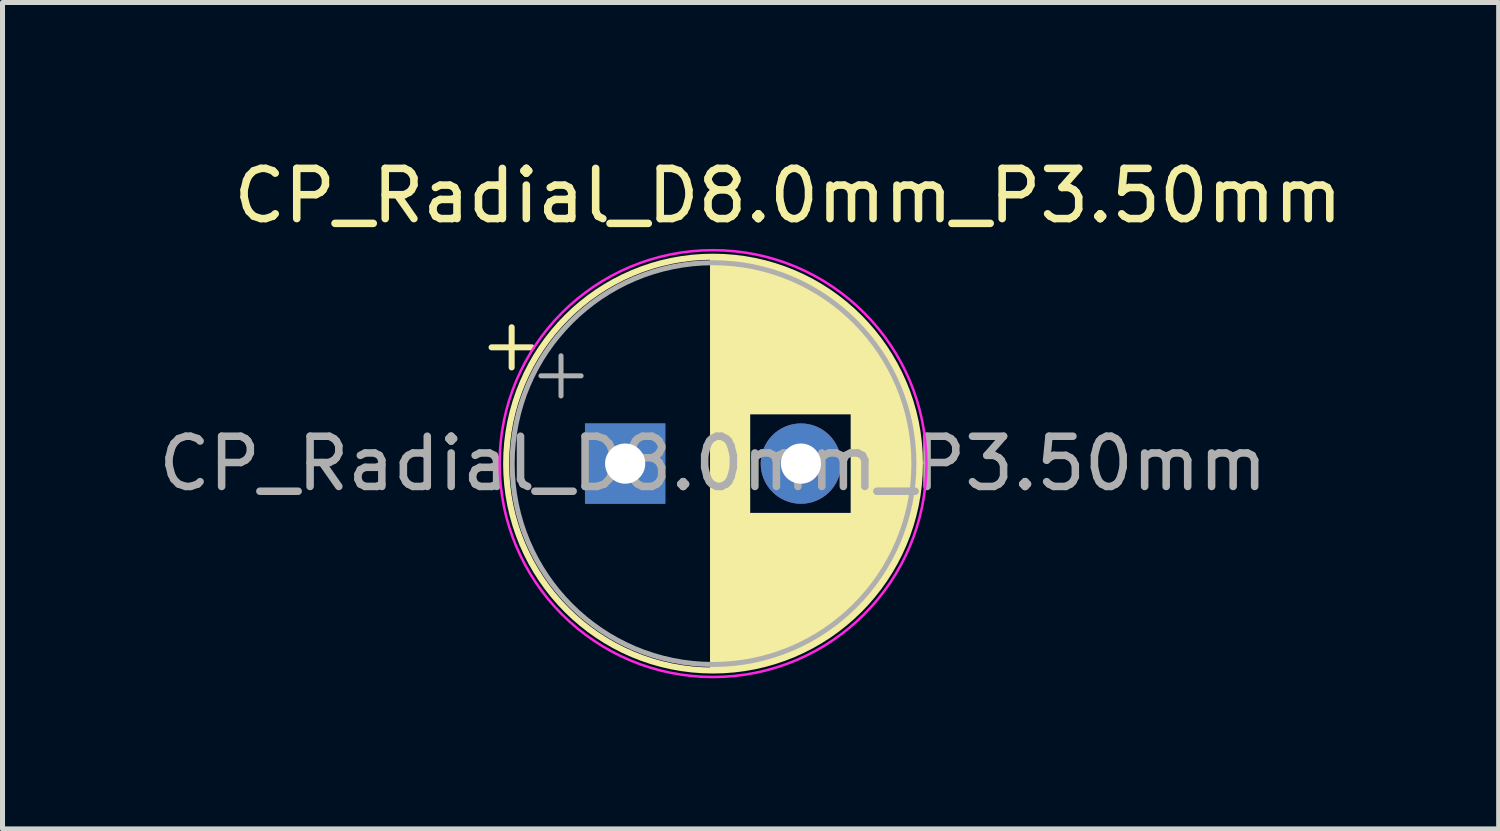
<source format=kicad_pcb>
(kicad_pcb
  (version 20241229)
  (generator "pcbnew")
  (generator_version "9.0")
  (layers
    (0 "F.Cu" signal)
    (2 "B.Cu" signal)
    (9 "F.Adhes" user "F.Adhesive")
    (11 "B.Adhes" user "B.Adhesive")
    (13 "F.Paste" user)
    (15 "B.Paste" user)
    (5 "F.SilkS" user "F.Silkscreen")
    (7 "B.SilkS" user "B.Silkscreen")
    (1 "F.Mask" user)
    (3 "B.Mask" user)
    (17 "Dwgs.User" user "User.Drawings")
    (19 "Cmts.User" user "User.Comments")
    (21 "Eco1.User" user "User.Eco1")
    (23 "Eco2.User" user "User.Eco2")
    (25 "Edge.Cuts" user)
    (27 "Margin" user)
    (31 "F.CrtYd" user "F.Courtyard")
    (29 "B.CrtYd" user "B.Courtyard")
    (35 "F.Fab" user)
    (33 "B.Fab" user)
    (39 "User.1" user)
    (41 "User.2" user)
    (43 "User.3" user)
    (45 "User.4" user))
  (footprint "CP_Radial_D8.0mm_P3.50mm"
    (layer "F.Cu")
    (at 9.399 6.182)
    (property "Reference" "CP_Radial_D8.0mm_P3.50mm" (at 3.246 -5.334 180) (layer "F.SilkS") (effects (font (size 1 1) (thickness 0.15))))
    (attr through_hole)
    (fp_line (start -2.66 -2.315) (end -1.86 -2.315) (stroke (width 0.12) (type solid)) (layer "F.SilkS"))
    (fp_line (start -2.26 -2.715) (end -2.26 -1.915) (stroke (width 0.12) (type solid)) (layer "F.SilkS"))
    (fp_line (start 1.75 -4.08) (end 1.75 4.08) (stroke (width 0.12) (type solid)) (layer "F.SilkS"))
    (fp_line (start 1.79 -4.08) (end 1.79 4.08) (stroke (width 0.12) (type solid)) (layer "F.SilkS"))
    (fp_line (start 1.83 -4.08) (end 1.83 4.08) (stroke (width 0.12) (type solid)) (layer "F.SilkS"))
    (fp_line (start 1.87 -4.079) (end 1.87 4.079) (stroke (width 0.12) (type solid)) (layer "F.SilkS"))
    (fp_line (start 1.91 -4.077) (end 1.91 4.077) (stroke (width 0.12) (type solid)) (layer "F.SilkS"))
    (fp_line (start 1.95 -4.076) (end 1.95 4.076) (stroke (width 0.12) (type solid)) (layer "F.SilkS"))
    (fp_line (start 1.99 -4.074) (end 1.99 4.074) (stroke (width 0.12) (type solid)) (layer "F.SilkS"))
    (fp_line (start 2.03 -4.071) (end 2.03 4.071) (stroke (width 0.12) (type solid)) (layer "F.SilkS"))
    (fp_line (start 2.07 -4.068) (end 2.07 4.068) (stroke (width 0.12) (type solid)) (layer "F.SilkS"))
    (fp_line (start 2.11 -4.065) (end 2.11 4.065) (stroke (width 0.12) (type solid)) (layer "F.SilkS"))
    (fp_line (start 2.15 -4.061) (end 2.15 4.061) (stroke (width 0.12) (type solid)) (layer "F.SilkS"))
    (fp_line (start 2.19 -4.057) (end 2.19 4.057) (stroke (width 0.12) (type solid)) (layer "F.SilkS"))
    (fp_line (start 2.23 -4.052) (end 2.23 4.052) (stroke (width 0.12) (type solid)) (layer "F.SilkS"))
    (fp_line (start 2.27 -4.048) (end 2.27 4.048) (stroke (width 0.12) (type solid)) (layer "F.SilkS"))
    (fp_line (start 2.31 -4.042) (end 2.31 4.042) (stroke (width 0.12) (type solid)) (layer "F.SilkS"))
    (fp_line (start 2.35 -4.037) (end 2.35 4.037) (stroke (width 0.12) (type solid)) (layer "F.SilkS"))
    (fp_line (start 2.39 -4.03) (end 2.39 4.03) (stroke (width 0.12) (type solid)) (layer "F.SilkS"))
    (fp_line (start 2.43 -4.024) (end 2.43 4.024) (stroke (width 0.12) (type solid)) (layer "F.SilkS"))
    (fp_line (start 2.471 -4.017) (end 2.471 -1.04) (stroke (width 0.12) (type solid)) (layer "F.SilkS"))
    (fp_line (start 2.471 1.04) (end 2.471 4.017) (stroke (width 0.12) (type solid)) (layer "F.SilkS"))
    (fp_line (start 2.511 -4.01) (end 2.511 -1.04) (stroke (width 0.12) (type solid)) (layer "F.SilkS"))
    (fp_line (start 2.511 1.04) (end 2.511 4.01) (stroke (width 0.12) (type solid)) (layer "F.SilkS"))
    (fp_line (start 2.551 -4.002) (end 2.551 -1.04) (stroke (width 0.12) (type solid)) (layer "F.SilkS"))
    (fp_line (start 2.551 1.04) (end 2.551 4.002) (stroke (width 0.12) (type solid)) (layer "F.SilkS"))
    (fp_line (start 2.591 -3.994) (end 2.591 -1.04) (stroke (width 0.12) (type solid)) (layer "F.SilkS"))
    (fp_line (start 2.591 1.04) (end 2.591 3.994) (stroke (width 0.12) (type solid)) (layer "F.SilkS"))
    (fp_line (start 2.631 -3.985) (end 2.631 -1.04) (stroke (width 0.12) (type solid)) (layer "F.SilkS"))
    (fp_line (start 2.631 1.04) (end 2.631 3.985) (stroke (width 0.12) (type solid)) (layer "F.SilkS"))
    (fp_line (start 2.671 -3.976) (end 2.671 -1.04) (stroke (width 0.12) (type solid)) (layer "F.SilkS"))
    (fp_line (start 2.671 1.04) (end 2.671 3.976) (stroke (width 0.12) (type solid)) (layer "F.SilkS"))
    (fp_line (start 2.711 -3.967) (end 2.711 -1.04) (stroke (width 0.12) (type solid)) (layer "F.SilkS"))
    (fp_line (start 2.711 1.04) (end 2.711 3.967) (stroke (width 0.12) (type solid)) (layer "F.SilkS"))
    (fp_line (start 2.751 -3.957) (end 2.751 -1.04) (stroke (width 0.12) (type solid)) (layer "F.SilkS"))
    (fp_line (start 2.751 1.04) (end 2.751 3.957) (stroke (width 0.12) (type solid)) (layer "F.SilkS"))
    (fp_line (start 2.791 -3.947) (end 2.791 -1.04) (stroke (width 0.12) (type solid)) (layer "F.SilkS"))
    (fp_line (start 2.791 1.04) (end 2.791 3.947) (stroke (width 0.12) (type solid)) (layer "F.SilkS"))
    (fp_line (start 2.831 -3.936) (end 2.831 -1.04) (stroke (width 0.12) (type solid)) (layer "F.SilkS"))
    (fp_line (start 2.831 1.04) (end 2.831 3.936) (stroke (width 0.12) (type solid)) (layer "F.SilkS"))
    (fp_line (start 2.871 -3.925) (end 2.871 -1.04) (stroke (width 0.12) (type solid)) (layer "F.SilkS"))
    (fp_line (start 2.871 1.04) (end 2.871 3.925) (stroke (width 0.12) (type solid)) (layer "F.SilkS"))
    (fp_line (start 2.911 -3.914) (end 2.911 -1.04) (stroke (width 0.12) (type solid)) (layer "F.SilkS"))
    (fp_line (start 2.911 1.04) (end 2.911 3.914) (stroke (width 0.12) (type solid)) (layer "F.SilkS"))
    (fp_line (start 2.951 -3.902) (end 2.951 -1.04) (stroke (width 0.12) (type solid)) (layer "F.SilkS"))
    (fp_line (start 2.951 1.04) (end 2.951 3.902) (stroke (width 0.12) (type solid)) (layer "F.SilkS"))
    (fp_line (start 2.991 -3.889) (end 2.991 -1.04) (stroke (width 0.12) (type solid)) (layer "F.SilkS"))
    (fp_line (start 2.991 1.04) (end 2.991 3.889) (stroke (width 0.12) (type solid)) (layer "F.SilkS"))
    (fp_line (start 3.031 -3.877) (end 3.031 -1.04) (stroke (width 0.12) (type solid)) (layer "F.SilkS"))
    (fp_line (start 3.031 1.04) (end 3.031 3.877) (stroke (width 0.12) (type solid)) (layer "F.SilkS"))
    (fp_line (start 3.071 -3.863) (end 3.071 -1.04) (stroke (width 0.12) (type solid)) (layer "F.SilkS"))
    (fp_line (start 3.071 1.04) (end 3.071 3.863) (stroke (width 0.12) (type solid)) (layer "F.SilkS"))
    (fp_line (start 3.111 -3.85) (end 3.111 -1.04) (stroke (width 0.12) (type solid)) (layer "F.SilkS"))
    (fp_line (start 3.111 1.04) (end 3.111 3.85) (stroke (width 0.12) (type solid)) (layer "F.SilkS"))
    (fp_line (start 3.151 -3.835) (end 3.151 -1.04) (stroke (width 0.12) (type solid)) (layer "F.SilkS"))
    (fp_line (start 3.151 1.04) (end 3.151 3.835) (stroke (width 0.12) (type solid)) (layer "F.SilkS"))
    (fp_line (start 3.191 -3.821) (end 3.191 -1.04) (stroke (width 0.12) (type solid)) (layer "F.SilkS"))
    (fp_line (start 3.191 1.04) (end 3.191 3.821) (stroke (width 0.12) (type solid)) (layer "F.SilkS"))
    (fp_line (start 3.231 -3.805) (end 3.231 -1.04) (stroke (width 0.12) (type solid)) (layer "F.SilkS"))
    (fp_line (start 3.231 1.04) (end 3.231 3.805) (stroke (width 0.12) (type solid)) (layer "F.SilkS"))
    (fp_line (start 3.271 -3.79) (end 3.271 -1.04) (stroke (width 0.12) (type solid)) (layer "F.SilkS"))
    (fp_line (start 3.271 1.04) (end 3.271 3.79) (stroke (width 0.12) (type solid)) (layer "F.SilkS"))
    (fp_line (start 3.311 -3.774) (end 3.311 -1.04) (stroke (width 0.12) (type solid)) (layer "F.SilkS"))
    (fp_line (start 3.311 1.04) (end 3.311 3.774) (stroke (width 0.12) (type solid)) (layer "F.SilkS"))
    (fp_line (start 3.351 -3.757) (end 3.351 -1.04) (stroke (width 0.12) (type solid)) (layer "F.SilkS"))
    (fp_line (start 3.351 1.04) (end 3.351 3.757) (stroke (width 0.12) (type solid)) (layer "F.SilkS"))
    (fp_line (start 3.391 -3.74) (end 3.391 -1.04) (stroke (width 0.12) (type solid)) (layer "F.SilkS"))
    (fp_line (start 3.391 1.04) (end 3.391 3.74) (stroke (width 0.12) (type solid)) (layer "F.SilkS"))
    (fp_line (start 3.431 -3.722) (end 3.431 -1.04) (stroke (width 0.12) (type solid)) (layer "F.SilkS"))
    (fp_line (start 3.431 1.04) (end 3.431 3.722) (stroke (width 0.12) (type solid)) (layer "F.SilkS"))
    (fp_line (start 3.471 -3.704) (end 3.471 -1.04) (stroke (width 0.12) (type solid)) (layer "F.SilkS"))
    (fp_line (start 3.471 1.04) (end 3.471 3.704) (stroke (width 0.12) (type solid)) (layer "F.SilkS"))
    (fp_line (start 3.511 -3.686) (end 3.511 -1.04) (stroke (width 0.12) (type solid)) (layer "F.SilkS"))
    (fp_line (start 3.511 1.04) (end 3.511 3.686) (stroke (width 0.12) (type solid)) (layer "F.SilkS"))
    (fp_line (start 3.551 -3.666) (end 3.551 -1.04) (stroke (width 0.12) (type solid)) (layer "F.SilkS"))
    (fp_line (start 3.551 1.04) (end 3.551 3.666) (stroke (width 0.12) (type solid)) (layer "F.SilkS"))
    (fp_line (start 3.591 -3.647) (end 3.591 -1.04) (stroke (width 0.12) (type solid)) (layer "F.SilkS"))
    (fp_line (start 3.591 1.04) (end 3.591 3.647) (stroke (width 0.12) (type solid)) (layer "F.SilkS"))
    (fp_line (start 3.631 -3.627) (end 3.631 -1.04) (stroke (width 0.12) (type solid)) (layer "F.SilkS"))
    (fp_line (start 3.631 1.04) (end 3.631 3.627) (stroke (width 0.12) (type solid)) (layer "F.SilkS"))
    (fp_line (start 3.671 -3.606) (end 3.671 -1.04) (stroke (width 0.12) (type solid)) (layer "F.SilkS"))
    (fp_line (start 3.671 1.04) (end 3.671 3.606) (stroke (width 0.12) (type solid)) (layer "F.SilkS"))
    (fp_line (start 3.711 -3.584) (end 3.711 -1.04) (stroke (width 0.12) (type solid)) (layer "F.SilkS"))
    (fp_line (start 3.711 1.04) (end 3.711 3.584) (stroke (width 0.12) (type solid)) (layer "F.SilkS"))
    (fp_line (start 3.751 -3.562) (end 3.751 -1.04) (stroke (width 0.12) (type solid)) (layer "F.SilkS"))
    (fp_line (start 3.751 1.04) (end 3.751 3.562) (stroke (width 0.12) (type solid)) (layer "F.SilkS"))
    (fp_line (start 3.791 -3.54) (end 3.791 -1.04) (stroke (width 0.12) (type solid)) (layer "F.SilkS"))
    (fp_line (start 3.791 1.04) (end 3.791 3.54) (stroke (width 0.12) (type solid)) (layer "F.SilkS"))
    (fp_line (start 3.831 -3.517) (end 3.831 -1.04) (stroke (width 0.12) (type solid)) (layer "F.SilkS"))
    (fp_line (start 3.831 1.04) (end 3.831 3.517) (stroke (width 0.12) (type solid)) (layer "F.SilkS"))
    (fp_line (start 3.871 -3.493) (end 3.871 -1.04) (stroke (width 0.12) (type solid)) (layer "F.SilkS"))
    (fp_line (start 3.871 1.04) (end 3.871 3.493) (stroke (width 0.12) (type solid)) (layer "F.SilkS"))
    (fp_line (start 3.911 -3.469) (end 3.911 -1.04) (stroke (width 0.12) (type solid)) (layer "F.SilkS"))
    (fp_line (start 3.911 1.04) (end 3.911 3.469) (stroke (width 0.12) (type solid)) (layer "F.SilkS"))
    (fp_line (start 3.951 -3.444) (end 3.951 -1.04) (stroke (width 0.12) (type solid)) (layer "F.SilkS"))
    (fp_line (start 3.951 1.04) (end 3.951 3.444) (stroke (width 0.12) (type solid)) (layer "F.SilkS"))
    (fp_line (start 3.991 -3.418) (end 3.991 -1.04) (stroke (width 0.12) (type solid)) (layer "F.SilkS"))
    (fp_line (start 3.991 1.04) (end 3.991 3.418) (stroke (width 0.12) (type solid)) (layer "F.SilkS"))
    (fp_line (start 4.031 -3.392) (end 4.031 -1.04) (stroke (width 0.12) (type solid)) (layer "F.SilkS"))
    (fp_line (start 4.031 1.04) (end 4.031 3.392) (stroke (width 0.12) (type solid)) (layer "F.SilkS"))
    (fp_line (start 4.071 -3.365) (end 4.071 -1.04) (stroke (width 0.12) (type solid)) (layer "F.SilkS"))
    (fp_line (start 4.071 1.04) (end 4.071 3.365) (stroke (width 0.12) (type solid)) (layer "F.SilkS"))
    (fp_line (start 4.111 -3.338) (end 4.111 -1.04) (stroke (width 0.12) (type solid)) (layer "F.SilkS"))
    (fp_line (start 4.111 1.04) (end 4.111 3.338) (stroke (width 0.12) (type solid)) (layer "F.SilkS"))
    (fp_line (start 4.151 -3.309) (end 4.151 -1.04) (stroke (width 0.12) (type solid)) (layer "F.SilkS"))
    (fp_line (start 4.151 1.04) (end 4.151 3.309) (stroke (width 0.12) (type solid)) (layer "F.SilkS"))
    (fp_line (start 4.191 -3.28) (end 4.191 -1.04) (stroke (width 0.12) (type solid)) (layer "F.SilkS"))
    (fp_line (start 4.191 1.04) (end 4.191 3.28) (stroke (width 0.12) (type solid)) (layer "F.SilkS"))
    (fp_line (start 4.231 -3.25) (end 4.231 -1.04) (stroke (width 0.12) (type solid)) (layer "F.SilkS"))
    (fp_line (start 4.231 1.04) (end 4.231 3.25) (stroke (width 0.12) (type solid)) (layer "F.SilkS"))
    (fp_line (start 4.271 -3.22) (end 4.271 -1.04) (stroke (width 0.12) (type solid)) (layer "F.SilkS"))
    (fp_line (start 4.271 1.04) (end 4.271 3.22) (stroke (width 0.12) (type solid)) (layer "F.SilkS"))
    (fp_line (start 4.311 -3.189) (end 4.311 -1.04) (stroke (width 0.12) (type solid)) (layer "F.SilkS"))
    (fp_line (start 4.311 1.04) (end 4.311 3.189) (stroke (width 0.12) (type solid)) (layer "F.SilkS"))
    (fp_line (start 4.351 -3.156) (end 4.351 -1.04) (stroke (width 0.12) (type solid)) (layer "F.SilkS"))
    (fp_line (start 4.351 1.04) (end 4.351 3.156) (stroke (width 0.12) (type solid)) (layer "F.SilkS"))
    (fp_line (start 4.391 -3.124) (end 4.391 -1.04) (stroke (width 0.12) (type solid)) (layer "F.SilkS"))
    (fp_line (start 4.391 1.04) (end 4.391 3.124) (stroke (width 0.12) (type solid)) (layer "F.SilkS"))
    (fp_line (start 4.431 -3.09) (end 4.431 -1.04) (stroke (width 0.12) (type solid)) (layer "F.SilkS"))
    (fp_line (start 4.431 1.04) (end 4.431 3.09) (stroke (width 0.12) (type solid)) (layer "F.SilkS"))
    (fp_line (start 4.471 -3.055) (end 4.471 -1.04) (stroke (width 0.12) (type solid)) (layer "F.SilkS"))
    (fp_line (start 4.471 1.04) (end 4.471 3.055) (stroke (width 0.12) (type solid)) (layer "F.SilkS"))
    (fp_line (start 4.511 -3.019) (end 4.511 -1.04) (stroke (width 0.12) (type solid)) (layer "F.SilkS"))
    (fp_line (start 4.511 1.04) (end 4.511 3.019) (stroke (width 0.12) (type solid)) (layer "F.SilkS"))
    (fp_line (start 4.551 -2.983) (end 4.551 2.983) (stroke (width 0.12) (type solid)) (layer "F.SilkS"))
    (fp_line (start 4.591 -2.945) (end 4.591 2.945) (stroke (width 0.12) (type solid)) (layer "F.SilkS"))
    (fp_line (start 4.631 -2.907) (end 4.631 2.907) (stroke (width 0.12) (type solid)) (layer "F.SilkS"))
    (fp_line (start 4.671 -2.867) (end 4.671 2.867) (stroke (width 0.12) (type solid)) (layer "F.SilkS"))
    (fp_line (start 4.711 -2.826) (end 4.711 2.826) (stroke (width 0.12) (type solid)) (layer "F.SilkS"))
    (fp_line (start 4.751 -2.784) (end 4.751 2.784) (stroke (width 0.12) (type solid)) (layer "F.SilkS"))
    (fp_line (start 4.791 -2.741) (end 4.791 2.741) (stroke (width 0.12) (type solid)) (layer "F.SilkS"))
    (fp_line (start 4.831 -2.697) (end 4.831 2.697) (stroke (width 0.12) (type solid)) (layer "F.SilkS"))
    (fp_line (start 4.871 -2.651) (end 4.871 2.651) (stroke (width 0.12) (type solid)) (layer "F.SilkS"))
    (fp_line (start 4.911 -2.604) (end 4.911 2.604) (stroke (width 0.12) (type solid)) (layer "F.SilkS"))
    (fp_line (start 4.951 -2.556) (end 4.951 2.556) (stroke (width 0.12) (type solid)) (layer "F.SilkS"))
    (fp_line (start 4.991 -2.505) (end 4.991 2.505) (stroke (width 0.12) (type solid)) (layer "F.SilkS"))
    (fp_line (start 5.031 -2.454) (end 5.031 2.454) (stroke (width 0.12) (type solid)) (layer "F.SilkS"))
    (fp_line (start 5.071 -2.4) (end 5.071 2.4) (stroke (width 0.12) (type solid)) (layer "F.SilkS"))
    (fp_line (start 5.111 -2.345) (end 5.111 2.345) (stroke (width 0.12) (type solid)) (layer "F.SilkS"))
    (fp_line (start 5.151 -2.287) (end 5.151 2.287) (stroke (width 0.12) (type solid)) (layer "F.SilkS"))
    (fp_line (start 5.191 -2.228) (end 5.191 2.228) (stroke (width 0.12) (type solid)) (layer "F.SilkS"))
    (fp_line (start 5.231 -2.166) (end 5.231 2.166) (stroke (width 0.12) (type solid)) (layer "F.SilkS"))
    (fp_line (start 5.271 -2.102) (end 5.271 2.102) (stroke (width 0.12) (type solid)) (layer "F.SilkS"))
    (fp_line (start 5.311 -2.034) (end 5.311 2.034) (stroke (width 0.12) (type solid)) (layer "F.SilkS"))
    (fp_line (start 5.351 -1.964) (end 5.351 1.964) (stroke (width 0.12) (type solid)) (layer "F.SilkS"))
    (fp_line (start 5.391 -1.89) (end 5.391 1.89) (stroke (width 0.12) (type solid)) (layer "F.SilkS"))
    (fp_line (start 5.431 -1.813) (end 5.431 1.813) (stroke (width 0.12) (type solid)) (layer "F.SilkS"))
    (fp_line (start 5.471 -1.731) (end 5.471 1.731) (stroke (width 0.12) (type solid)) (layer "F.SilkS"))
    (fp_line (start 5.511 -1.645) (end 5.511 1.645) (stroke (width 0.12) (type solid)) (layer "F.SilkS"))
    (fp_line (start 5.551 -1.552) (end 5.551 1.552) (stroke (width 0.12) (type solid)) (layer "F.SilkS"))
    (fp_line (start 5.591 -1.453) (end 5.591 1.453) (stroke (width 0.12) (type solid)) (layer "F.SilkS"))
    (fp_line (start 5.631 -1.346) (end 5.631 1.346) (stroke (width 0.12) (type solid)) (layer "F.SilkS"))
    (fp_line (start 5.671 -1.229) (end 5.671 1.229) (stroke (width 0.12) (type solid)) (layer "F.SilkS"))
    (fp_line (start 5.711 -1.098) (end 5.711 1.098) (stroke (width 0.12) (type solid)) (layer "F.SilkS"))
    (fp_line (start 5.751 -0.948) (end 5.751 0.948) (stroke (width 0.12) (type solid)) (layer "F.SilkS"))
    (fp_line (start 5.791 -0.768) (end 5.791 0.768) (stroke (width 0.12) (type solid)) (layer "F.SilkS"))
    (fp_line (start 5.831 -0.533) (end 5.831 0.533) (stroke (width 0.12) (type solid)) (layer "F.SilkS"))
    (fp_circle (center 1.75 0) (end 5.87 0) (stroke (width 0.12) (type solid)) (fill no) (layer "F.SilkS"))
    (fp_circle (center 1.75 0) (end 6 0) (stroke (width 0.05) (type solid)) (fill no) (layer "F.CrtYd"))
    (fp_line (start -1.677 -1.748) (end -0.877 -1.748) (stroke (width 0.1) (type solid)) (layer "F.Fab"))
    (fp_line (start -1.277 -2.147) (end -1.277 -1.347) (stroke (width 0.1) (type solid)) (layer "F.Fab"))
    (fp_circle (center 1.75 0) (end 5.75 0) (stroke (width 0.1) (type solid)) (fill no) (layer "F.Fab"))
    (fp_text user "${REFERENCE}" (at 1.75 0 180) (layer "F.Fab") (effects (font (size 1 1) (thickness 0.15))))
    (pad "1" thru_hole rect (at 0 0) (size 1.6 1.6) (drill 0.8) (layers "*.Cu" "*.Mask"))
    (pad "2" thru_hole circle (at 3.5 0) (size 1.6 1.6) (drill 0.8) (layers "*.Cu" "*.Mask")))
  (gr_rect
    (start -3 -3)
    (end 26.794 13.457)
    (stroke (width 0.1) (type default))
    (fill no)
    (layer "Edge.Cuts")))
</source>
